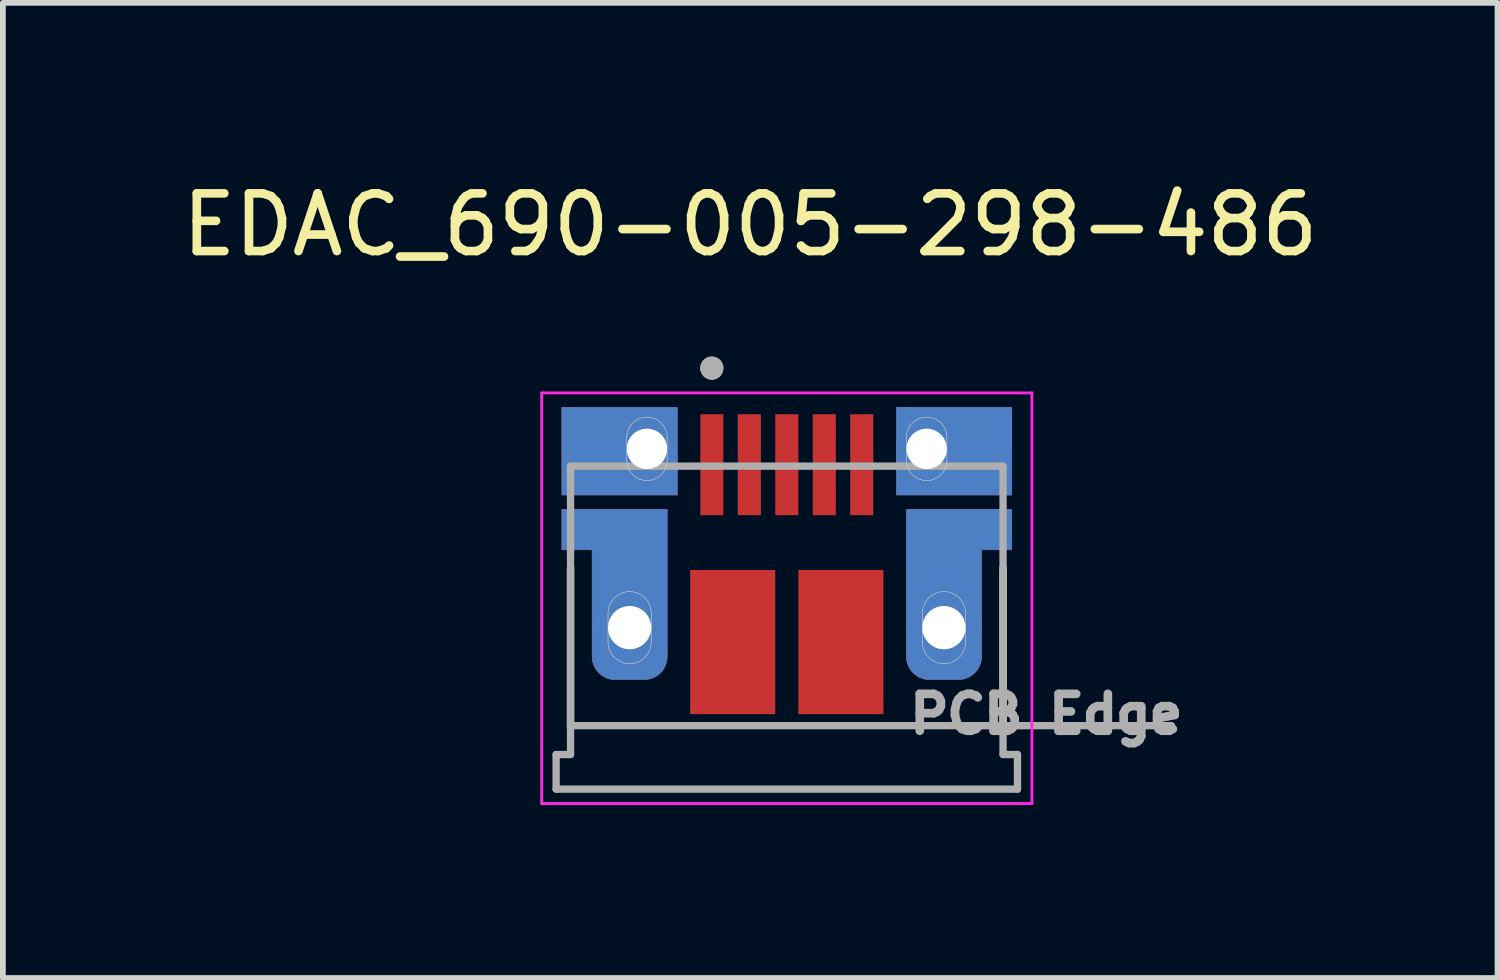
<source format=kicad_pcb>
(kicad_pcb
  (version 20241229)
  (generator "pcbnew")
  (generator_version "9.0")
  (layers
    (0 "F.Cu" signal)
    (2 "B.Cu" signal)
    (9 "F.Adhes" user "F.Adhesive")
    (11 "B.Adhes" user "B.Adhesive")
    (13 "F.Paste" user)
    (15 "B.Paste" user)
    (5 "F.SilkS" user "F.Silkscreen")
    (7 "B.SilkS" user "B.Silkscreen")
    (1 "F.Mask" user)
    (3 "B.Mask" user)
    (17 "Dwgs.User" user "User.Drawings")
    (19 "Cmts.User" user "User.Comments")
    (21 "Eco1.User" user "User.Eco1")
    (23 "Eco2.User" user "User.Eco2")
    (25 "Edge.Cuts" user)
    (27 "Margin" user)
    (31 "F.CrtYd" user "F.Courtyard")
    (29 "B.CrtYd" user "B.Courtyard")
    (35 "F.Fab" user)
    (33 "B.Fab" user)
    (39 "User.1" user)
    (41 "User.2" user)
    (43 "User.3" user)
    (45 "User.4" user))
  (footprint "EDAC_690-005-298-486"
    (layer "F.Cu")
    (at 10.593 7.833)
    (property "Reference" "EDAC_690-005-298-486" (at -0.635 -6.985 0) (layer "F.SilkS") (effects (font (size 1 1) (thickness 0.15))))
    (attr smd)
    (fp_poly (pts (xy -3.9 -3.82) (xy -1.9 -3.82) (xy -1.9 -2.3) (xy -3.9 -2.3)) (stroke (width 0.01) (type solid)) (fill yes) (layer "F.Cu"))
    (fp_poly (pts (xy 3.9 -3.82) (xy 1.9 -3.82) (xy 1.9 -2.3) (xy 3.9 -2.3)) (stroke (width 0.01) (type solid)) (fill yes) (layer "F.Cu"))
    (fp_poly (pts (xy -3.9 -2.05) (xy -3.9 -1.35) (xy -3.375 -1.35) (xy -3.375 0.5) (xy -3.374 0.521) (xy -3.373 0.542) (xy -3.37 0.563) (xy -3.366 0.583) (xy -3.361 0.604) (xy -3.355 0.624) (xy -3.348 0.643) (xy -3.34 0.663) (xy -3.331 0.682) (xy -3.321 0.7) (xy -3.31 0.718) (xy -3.299 0.735) (xy -3.286 0.752) (xy -3.272 0.768) (xy -3.258 0.783) (xy -3.243 0.797) (xy -3.227 0.811) (xy -3.21 0.824) (xy -3.193 0.835) (xy -3.175 0.846) (xy -3.157 0.856) (xy -3.138 0.865) (xy -3.118 0.873) (xy -3.099 0.88) (xy -3.079 0.886) (xy -3.058 0.891) (xy -3.038 0.895) (xy -3.017 0.898) (xy -2.996 0.899) (xy -2.975 0.9) (xy -2.475 0.9) (xy -2.454 0.899) (xy -2.433 0.898) (xy -2.412 0.895) (xy -2.392 0.891) (xy -2.371 0.886) (xy -2.351 0.88) (xy -2.332 0.873) (xy -2.312 0.865) (xy -2.293 0.856) (xy -2.275 0.846) (xy -2.257 0.835) (xy -2.24 0.824) (xy -2.223 0.811) (xy -2.207 0.797) (xy -2.192 0.783) (xy -2.178 0.768) (xy -2.164 0.752) (xy -2.151 0.735) (xy -2.14 0.718) (xy -2.129 0.7) (xy -2.119 0.682) (xy -2.11 0.663) (xy -2.102 0.643) (xy -2.095 0.624) (xy -2.089 0.604) (xy -2.084 0.583) (xy -2.08 0.563) (xy -2.077 0.542) (xy -2.076 0.521) (xy -2.075 0.5) (xy -2.075 -2.05) (xy -3.9 -2.05)) (stroke (width 0.01) (type solid)) (fill yes) (layer "F.Cu"))
    (fp_poly (pts (xy 3.9 -2.05) (xy 3.9 -1.35) (xy 3.375 -1.35) (xy 3.375 0.5) (xy 3.374 0.521) (xy 3.373 0.542) (xy 3.37 0.563) (xy 3.366 0.583) (xy 3.361 0.604) (xy 3.355 0.624) (xy 3.348 0.643) (xy 3.34 0.663) (xy 3.331 0.682) (xy 3.321 0.7) (xy 3.31 0.718) (xy 3.299 0.735) (xy 3.286 0.752) (xy 3.272 0.768) (xy 3.258 0.783) (xy 3.243 0.797) (xy 3.227 0.811) (xy 3.21 0.824) (xy 3.193 0.835) (xy 3.175 0.846) (xy 3.157 0.856) (xy 3.138 0.865) (xy 3.118 0.873) (xy 3.099 0.88) (xy 3.079 0.886) (xy 3.058 0.891) (xy 3.038 0.895) (xy 3.017 0.898) (xy 2.996 0.899) (xy 2.975 0.9) (xy 2.475 0.9) (xy 2.454 0.899) (xy 2.433 0.898) (xy 2.412 0.895) (xy 2.392 0.891) (xy 2.371 0.886) (xy 2.351 0.88) (xy 2.332 0.873) (xy 2.312 0.865) (xy 2.293 0.856) (xy 2.275 0.846) (xy 2.257 0.835) (xy 2.24 0.824) (xy 2.223 0.811) (xy 2.207 0.797) (xy 2.192 0.783) (xy 2.178 0.768) (xy 2.164 0.752) (xy 2.151 0.735) (xy 2.14 0.718) (xy 2.129 0.7) (xy 2.119 0.682) (xy 2.11 0.663) (xy 2.102 0.643) (xy 2.095 0.624) (xy 2.089 0.604) (xy 2.084 0.583) (xy 2.08 0.563) (xy 2.077 0.542) (xy 2.076 0.521) (xy 2.075 0.5) (xy 2.075 -2.05) (xy 3.9 -2.05)) (stroke (width 0.01) (type solid)) (fill yes) (layer "F.Cu"))
    (fp_poly (pts (xy -4 -3.92) (xy -1.8 -3.92) (xy -1.8 -2.2) (xy -4 -2.2)) (stroke (width 0.01) (type solid)) (fill yes) (layer "F.Mask"))
    (fp_poly (pts (xy 4 -3.92) (xy 1.8 -3.92) (xy 1.8 -2.2) (xy 4 -2.2)) (stroke (width 0.01) (type solid)) (fill yes) (layer "F.Mask"))
    (fp_poly (pts (xy -4 -2.15) (xy -4 -1.25) (xy -3.475 -1.25) (xy -3.475 0.5) (xy -3.474 0.526) (xy -3.472 0.552) (xy -3.469 0.578) (xy -3.464 0.604) (xy -3.458 0.629) (xy -3.451 0.655) (xy -3.442 0.679) (xy -3.432 0.703) (xy -3.421 0.727) (xy -3.408 0.75) (xy -3.394 0.772) (xy -3.38 0.794) (xy -3.364 0.815) (xy -3.347 0.835) (xy -3.329 0.854) (xy -3.31 0.872) (xy -3.29 0.889) (xy -3.269 0.905) (xy -3.247 0.919) (xy -3.225 0.933) (xy -3.202 0.946) (xy -3.178 0.957) (xy -3.154 0.967) (xy -3.13 0.976) (xy -3.104 0.983) (xy -3.079 0.989) (xy -3.053 0.994) (xy -3.027 0.997) (xy -3.001 0.999) (xy -2.975 1) (xy -2.475 1) (xy -2.449 0.999) (xy -2.423 0.997) (xy -2.397 0.994) (xy -2.371 0.989) (xy -2.346 0.983) (xy -2.32 0.976) (xy -2.296 0.967) (xy -2.272 0.957) (xy -2.248 0.946) (xy -2.225 0.933) (xy -2.203 0.919) (xy -2.181 0.905) (xy -2.16 0.889) (xy -2.14 0.872) (xy -2.121 0.854) (xy -2.103 0.835) (xy -2.086 0.815) (xy -2.07 0.794) (xy -2.056 0.772) (xy -2.042 0.75) (xy -2.029 0.727) (xy -2.018 0.703) (xy -2.008 0.679) (xy -1.999 0.655) (xy -1.992 0.629) (xy -1.986 0.604) (xy -1.981 0.578) (xy -1.978 0.552) (xy -1.976 0.526) (xy -1.975 0.5) (xy -1.975 -2.15) (xy -4 -2.15)) (stroke (width 0.01) (type solid)) (fill yes) (layer "F.Mask"))
    (fp_poly (pts (xy 4 -2.15) (xy 4 -1.25) (xy 3.475 -1.25) (xy 3.475 0.5) (xy 3.474 0.526) (xy 3.472 0.552) (xy 3.469 0.578) (xy 3.464 0.604) (xy 3.458 0.629) (xy 3.451 0.655) (xy 3.442 0.679) (xy 3.432 0.703) (xy 3.421 0.727) (xy 3.408 0.75) (xy 3.394 0.772) (xy 3.38 0.794) (xy 3.364 0.815) (xy 3.347 0.835) (xy 3.329 0.854) (xy 3.31 0.872) (xy 3.29 0.889) (xy 3.269 0.905) (xy 3.247 0.919) (xy 3.225 0.933) (xy 3.202 0.946) (xy 3.178 0.957) (xy 3.154 0.967) (xy 3.13 0.976) (xy 3.104 0.983) (xy 3.079 0.989) (xy 3.053 0.994) (xy 3.027 0.997) (xy 3.001 0.999) (xy 2.975 1) (xy 2.475 1) (xy 2.449 0.999) (xy 2.423 0.997) (xy 2.397 0.994) (xy 2.371 0.989) (xy 2.346 0.983) (xy 2.32 0.976) (xy 2.296 0.967) (xy 2.272 0.957) (xy 2.248 0.946) (xy 2.225 0.933) (xy 2.203 0.919) (xy 2.181 0.905) (xy 2.16 0.889) (xy 2.14 0.872) (xy 2.121 0.854) (xy 2.103 0.835) (xy 2.086 0.815) (xy 2.07 0.794) (xy 2.056 0.772) (xy 2.042 0.75) (xy 2.029 0.727) (xy 2.018 0.703) (xy 2.008 0.679) (xy 1.999 0.655) (xy 1.992 0.629) (xy 1.986 0.604) (xy 1.981 0.578) (xy 1.978 0.552) (xy 1.976 0.526) (xy 1.975 0.5) (xy 1.975 -2.15) (xy 4 -2.15)) (stroke (width 0.01) (type solid)) (fill yes) (layer "F.Mask"))
    (fp_poly (pts (xy -3.9 -3.82) (xy -1.9 -3.82) (xy -1.9 -2.3) (xy -3.9 -2.3)) (stroke (width 0.01) (type solid)) (fill yes) (layer "B.Cu"))
    (fp_poly (pts (xy 3.9 -3.82) (xy 1.9 -3.82) (xy 1.9 -2.3) (xy 3.9 -2.3)) (stroke (width 0.01) (type solid)) (fill yes) (layer "B.Cu"))
    (fp_poly (pts (xy -3.9 -2.05) (xy -3.9 -1.35) (xy -3.375 -1.35) (xy -3.375 0.5) (xy -3.374 0.521) (xy -3.373 0.542) (xy -3.37 0.563) (xy -3.366 0.583) (xy -3.361 0.604) (xy -3.355 0.624) (xy -3.348 0.643) (xy -3.34 0.663) (xy -3.331 0.682) (xy -3.321 0.7) (xy -3.31 0.718) (xy -3.299 0.735) (xy -3.286 0.752) (xy -3.272 0.768) (xy -3.258 0.783) (xy -3.243 0.797) (xy -3.227 0.811) (xy -3.21 0.824) (xy -3.193 0.835) (xy -3.175 0.846) (xy -3.157 0.856) (xy -3.138 0.865) (xy -3.118 0.873) (xy -3.099 0.88) (xy -3.079 0.886) (xy -3.058 0.891) (xy -3.038 0.895) (xy -3.017 0.898) (xy -2.996 0.899) (xy -2.975 0.9) (xy -2.475 0.9) (xy -2.454 0.899) (xy -2.433 0.898) (xy -2.412 0.895) (xy -2.392 0.891) (xy -2.371 0.886) (xy -2.351 0.88) (xy -2.332 0.873) (xy -2.312 0.865) (xy -2.293 0.856) (xy -2.275 0.846) (xy -2.257 0.835) (xy -2.24 0.824) (xy -2.223 0.811) (xy -2.207 0.797) (xy -2.192 0.783) (xy -2.178 0.768) (xy -2.164 0.752) (xy -2.151 0.735) (xy -2.14 0.718) (xy -2.129 0.7) (xy -2.119 0.682) (xy -2.11 0.663) (xy -2.102 0.643) (xy -2.095 0.624) (xy -2.089 0.604) (xy -2.084 0.583) (xy -2.08 0.563) (xy -2.077 0.542) (xy -2.076 0.521) (xy -2.075 0.5) (xy -2.075 -2.05) (xy -3.9 -2.05)) (stroke (width 0.01) (type solid)) (fill yes) (layer "B.Cu"))
    (fp_poly (pts (xy 3.9 -2.05) (xy 3.9 -1.35) (xy 3.375 -1.35) (xy 3.375 0.5) (xy 3.374 0.521) (xy 3.373 0.542) (xy 3.37 0.563) (xy 3.366 0.583) (xy 3.361 0.604) (xy 3.355 0.624) (xy 3.348 0.643) (xy 3.34 0.663) (xy 3.331 0.682) (xy 3.321 0.7) (xy 3.31 0.718) (xy 3.299 0.735) (xy 3.286 0.752) (xy 3.272 0.768) (xy 3.258 0.783) (xy 3.243 0.797) (xy 3.227 0.811) (xy 3.21 0.824) (xy 3.193 0.835) (xy 3.175 0.846) (xy 3.157 0.856) (xy 3.138 0.865) (xy 3.118 0.873) (xy 3.099 0.88) (xy 3.079 0.886) (xy 3.058 0.891) (xy 3.038 0.895) (xy 3.017 0.898) (xy 2.996 0.899) (xy 2.975 0.9) (xy 2.475 0.9) (xy 2.454 0.899) (xy 2.433 0.898) (xy 2.412 0.895) (xy 2.392 0.891) (xy 2.371 0.886) (xy 2.351 0.88) (xy 2.332 0.873) (xy 2.312 0.865) (xy 2.293 0.856) (xy 2.275 0.846) (xy 2.257 0.835) (xy 2.24 0.824) (xy 2.223 0.811) (xy 2.207 0.797) (xy 2.192 0.783) (xy 2.178 0.768) (xy 2.164 0.752) (xy 2.151 0.735) (xy 2.14 0.718) (xy 2.129 0.7) (xy 2.119 0.682) (xy 2.11 0.663) (xy 2.102 0.643) (xy 2.095 0.624) (xy 2.089 0.604) (xy 2.084 0.583) (xy 2.08 0.563) (xy 2.077 0.542) (xy 2.076 0.521) (xy 2.075 0.5) (xy 2.075 -2.05) (xy 3.9 -2.05)) (stroke (width 0.01) (type solid)) (fill yes) (layer "B.Cu"))
    (fp_poly (pts (xy -4 -3.92) (xy -1.8 -3.92) (xy -1.8 -2.2) (xy -4 -2.2)) (stroke (width 0.01) (type solid)) (fill yes) (layer "B.Mask"))
    (fp_poly (pts (xy 4 -3.92) (xy 1.8 -3.92) (xy 1.8 -2.2) (xy 4 -2.2)) (stroke (width 0.01) (type solid)) (fill yes) (layer "B.Mask"))
    (fp_poly (pts (xy -4 -2.15) (xy -4 -1.25) (xy -3.475 -1.25) (xy -3.475 0.5) (xy -3.474 0.526) (xy -3.472 0.552) (xy -3.469 0.578) (xy -3.464 0.604) (xy -3.458 0.629) (xy -3.451 0.655) (xy -3.442 0.679) (xy -3.432 0.703) (xy -3.421 0.727) (xy -3.408 0.75) (xy -3.394 0.772) (xy -3.38 0.794) (xy -3.364 0.815) (xy -3.347 0.835) (xy -3.329 0.854) (xy -3.31 0.872) (xy -3.29 0.889) (xy -3.269 0.905) (xy -3.247 0.919) (xy -3.225 0.933) (xy -3.202 0.946) (xy -3.178 0.957) (xy -3.154 0.967) (xy -3.13 0.976) (xy -3.104 0.983) (xy -3.079 0.989) (xy -3.053 0.994) (xy -3.027 0.997) (xy -3.001 0.999) (xy -2.975 1) (xy -2.475 1) (xy -2.449 0.999) (xy -2.423 0.997) (xy -2.397 0.994) (xy -2.371 0.989) (xy -2.346 0.983) (xy -2.32 0.976) (xy -2.296 0.967) (xy -2.272 0.957) (xy -2.248 0.946) (xy -2.225 0.933) (xy -2.203 0.919) (xy -2.181 0.905) (xy -2.16 0.889) (xy -2.14 0.872) (xy -2.121 0.854) (xy -2.103 0.835) (xy -2.086 0.815) (xy -2.07 0.794) (xy -2.056 0.772) (xy -2.042 0.75) (xy -2.029 0.727) (xy -2.018 0.703) (xy -2.008 0.679) (xy -1.999 0.655) (xy -1.992 0.629) (xy -1.986 0.604) (xy -1.981 0.578) (xy -1.978 0.552) (xy -1.976 0.526) (xy -1.975 0.5) (xy -1.975 -2.15) (xy -4 -2.15)) (stroke (width 0.01) (type solid)) (fill yes) (layer "B.Mask"))
    (fp_poly (pts (xy 4 -2.15) (xy 4 -1.25) (xy 3.475 -1.25) (xy 3.475 0.5) (xy 3.474 0.526) (xy 3.472 0.552) (xy 3.469 0.578) (xy 3.464 0.604) (xy 3.458 0.629) (xy 3.451 0.655) (xy 3.442 0.679) (xy 3.432 0.703) (xy 3.421 0.727) (xy 3.408 0.75) (xy 3.394 0.772) (xy 3.38 0.794) (xy 3.364 0.815) (xy 3.347 0.835) (xy 3.329 0.854) (xy 3.31 0.872) (xy 3.29 0.889) (xy 3.269 0.905) (xy 3.247 0.919) (xy 3.225 0.933) (xy 3.202 0.946) (xy 3.178 0.957) (xy 3.154 0.967) (xy 3.13 0.976) (xy 3.104 0.983) (xy 3.079 0.989) (xy 3.053 0.994) (xy 3.027 0.997) (xy 3.001 0.999) (xy 2.975 1) (xy 2.475 1) (xy 2.449 0.999) (xy 2.423 0.997) (xy 2.397 0.994) (xy 2.371 0.989) (xy 2.346 0.983) (xy 2.32 0.976) (xy 2.296 0.967) (xy 2.272 0.957) (xy 2.248 0.946) (xy 2.225 0.933) (xy 2.203 0.919) (xy 2.181 0.905) (xy 2.16 0.889) (xy 2.14 0.872) (xy 2.121 0.854) (xy 2.103 0.835) (xy 2.086 0.815) (xy 2.07 0.794) (xy 2.056 0.772) (xy 2.042 0.75) (xy 2.029 0.727) (xy 2.018 0.703) (xy 2.008 0.679) (xy 1.999 0.655) (xy 1.992 0.629) (xy 1.986 0.604) (xy 1.981 0.578) (xy 1.978 0.552) (xy 1.976 0.526) (xy 1.975 0.5) (xy 1.975 -2.15) (xy 4 -2.15)) (stroke (width 0.01) (type solid)) (fill yes) (layer "B.Mask"))
    (fp_line (start -3.75 1.7) (end -3.75 -1.035) (stroke (width 0.127) (type solid)) (layer "F.SilkS"))
    (fp_line (start 3.75 -1.035) (end 3.75 1.7) (stroke (width 0.127) (type solid)) (layer "F.SilkS"))
    (fp_circle (center -1.3 -4.5) (end -1.2 -4.5) (stroke (width 0.2) (type solid)) (fill no) (layer "F.SilkS"))
    (fp_line (start -3.1 -0.25) (end -3.1 0.25) (stroke (width 0.01) (type solid)) (layer "Edge.Cuts"))
    (fp_line (start -2.775 -3.3) (end -2.775 -2.9) (stroke (width 0.01) (type solid)) (layer "Edge.Cuts"))
    (fp_line (start -2.35 0.25) (end -2.35 -0.25) (stroke (width 0.01) (type solid)) (layer "Edge.Cuts"))
    (fp_line (start -2.075 -2.9) (end -2.075 -3.3) (stroke (width 0.01) (type solid)) (layer "Edge.Cuts"))
    (fp_line (start 2.075 -2.9) (end 2.075 -3.3) (stroke (width 0.01) (type solid)) (layer "Edge.Cuts"))
    (fp_line (start 2.35 0.25) (end 2.35 -0.25) (stroke (width 0.01) (type solid)) (layer "Edge.Cuts"))
    (fp_line (start 2.775 -3.3) (end 2.775 -2.9) (stroke (width 0.01) (type solid)) (layer "Edge.Cuts"))
    (fp_line (start 3.1 -0.25) (end 3.1 0.25) (stroke (width 0.01) (type solid)) (layer "Edge.Cuts"))
    (fp_arc (start -3.1 -0.25) (mid -2.990165 -0.515165) (end -2.725 -0.625) (stroke (width 0.01) (type solid)) (layer "Edge.Cuts"))
    (fp_arc (start -2.775 -3.3) (mid -2.672487 -3.547487) (end -2.425 -3.65) (stroke (width 0.01) (type solid)) (layer "Edge.Cuts"))
    (fp_arc (start -2.725 -0.625) (mid -2.459835 -0.515165) (end -2.35 -0.25) (stroke (width 0.01) (type solid)) (layer "Edge.Cuts"))
    (fp_arc (start -2.725 0.625) (mid -2.990165 0.515165) (end -3.1 0.25) (stroke (width 0.01) (type solid)) (layer "Edge.Cuts"))
    (fp_arc (start -2.425 -3.65) (mid -2.177513 -3.547487) (end -2.075 -3.3) (stroke (width 0.01) (type solid)) (layer "Edge.Cuts"))
    (fp_arc (start -2.425 -2.55) (mid -2.672487 -2.652513) (end -2.775 -2.9) (stroke (width 0.01) (type solid)) (layer "Edge.Cuts"))
    (fp_arc (start -2.35 0.25) (mid -2.459835 0.515165) (end -2.725 0.625) (stroke (width 0.01) (type solid)) (layer "Edge.Cuts"))
    (fp_arc (start -2.075 -2.9) (mid -2.177513 -2.652513) (end -2.425 -2.55) (stroke (width 0.01) (type solid)) (layer "Edge.Cuts"))
    (fp_arc (start 2.075 -3.3) (mid 2.177513 -3.547487) (end 2.425 -3.65) (stroke (width 0.01) (type solid)) (layer "Edge.Cuts"))
    (fp_arc (start 2.35 -0.25) (mid 2.459835 -0.515165) (end 2.725 -0.625) (stroke (width 0.01) (type solid)) (layer "Edge.Cuts"))
    (fp_arc (start 2.425 -3.65) (mid 2.672487 -3.547487) (end 2.775 -3.3) (stroke (width 0.01) (type solid)) (layer "Edge.Cuts"))
    (fp_arc (start 2.425 -2.55) (mid 2.177513 -2.652513) (end 2.075 -2.9) (stroke (width 0.01) (type solid)) (layer "Edge.Cuts"))
    (fp_arc (start 2.725 -0.625) (mid 2.990165 -0.515165) (end 3.1 -0.25) (stroke (width 0.01) (type solid)) (layer "Edge.Cuts"))
    (fp_arc (start 2.725 0.625) (mid 2.459835 0.515165) (end 2.35 0.25) (stroke (width 0.01) (type solid)) (layer "Edge.Cuts"))
    (fp_arc (start 2.775 -2.9) (mid 2.672487 -2.652513) (end 2.425 -2.55) (stroke (width 0.01) (type solid)) (layer "Edge.Cuts"))
    (fp_arc (start 3.1 0.25) (mid 2.990165 0.515165) (end 2.725 0.625) (stroke (width 0.01) (type solid)) (layer "Edge.Cuts"))
    (fp_line (start -4.25 -4.07) (end 4.25 -4.07) (stroke (width 0.05) (type solid)) (layer "F.CrtYd"))
    (fp_line (start -4.25 3.05) (end -4.25 -4.07) (stroke (width 0.05) (type solid)) (layer "F.CrtYd"))
    (fp_line (start 4.25 -4.07) (end 4.25 3.05) (stroke (width 0.05) (type solid)) (layer "F.CrtYd"))
    (fp_line (start 4.25 3.05) (end -4.25 3.05) (stroke (width 0.05) (type solid)) (layer "F.CrtYd"))
    (fp_line (start -4 2.2) (end -3.75 2.2) (stroke (width 0.127) (type solid)) (layer "F.Fab"))
    (fp_line (start -4 2.8) (end -4 2.2) (stroke (width 0.127) (type solid)) (layer "F.Fab"))
    (fp_line (start -3.75 -2.8) (end 3.75 -2.8) (stroke (width 0.127) (type solid)) (layer "F.Fab"))
    (fp_line (start -3.75 1.7) (end -3.75 -2.8) (stroke (width 0.127) (type solid)) (layer "F.Fab"))
    (fp_line (start -3.75 1.7) (end 6.67 1.7) (stroke (width 0.127) (type solid)) (layer "F.Fab"))
    (fp_line (start -3.75 2.2) (end -3.75 1.7) (stroke (width 0.127) (type solid)) (layer "F.Fab"))
    (fp_line (start 3.75 -2.8) (end 3.75 2.2) (stroke (width 0.127) (type solid)) (layer "F.Fab"))
    (fp_line (start 3.75 2.2) (end 4 2.2) (stroke (width 0.127) (type solid)) (layer "F.Fab"))
    (fp_line (start 4 2.2) (end 4 2.8) (stroke (width 0.127) (type solid)) (layer "F.Fab"))
    (fp_line (start 4 2.8) (end -4 2.8) (stroke (width 0.127) (type solid)) (layer "F.Fab"))
    (fp_circle (center -1.3 -4.5) (end -1.2 -4.5) (stroke (width 0.2) (type solid)) (fill no) (layer "F.Fab"))
    (fp_text user "PCB Edge" (at 4.5 1.5 0) (layer "F.Fab") (effects (font (size 0.64 0.64) (thickness 0.15))))
    (pad "1" smd rect (at -1.3 -2.825) (size 0.4 1.75) (layers "F.Cu" "F.Mask" "F.Paste"))
    (pad "2" smd rect (at -0.65 -2.825) (size 0.4 1.75) (layers "F.Cu" "F.Mask" "F.Paste"))
    (pad "3" smd rect (at 0 -2.825) (size 0.4 1.75) (layers "F.Cu" "F.Mask" "F.Paste"))
    (pad "4" smd rect (at 0.65 -2.825) (size 0.4 1.75) (layers "F.Cu" "F.Mask" "F.Paste"))
    (pad "5" smd rect (at 1.3 -2.825) (size 0.4 1.75) (layers "F.Cu" "F.Mask" "F.Paste"))
    (pad "SH1" thru_hole circle (at -2.425 -3.1) (size 1.05 1.05) (drill 0.7) (layers "*.Cu"))
    (pad "SH2" thru_hole circle (at 2.425 -3.1) (size 1.05 1.05) (drill 0.7) (layers "*.Cu"))
    (pad "SH3" thru_hole circle (at -2.725 0) (size 1.3 1.3) (drill 0.75) (layers "*.Cu"))
    (pad "SH4" smd rect (at 0.938 0.25) (size 1.475 2.5) (layers "F.Cu" "F.Mask" "F.Paste"))
    (pad "SH5" smd rect (at -0.938 0.25) (size 1.475 2.5) (layers "F.Cu" "F.Mask" "F.Paste"))
    (pad "SH6" thru_hole circle (at 2.725 0) (size 1.3 1.3) (drill 0.75) (layers "*.Cu")))
  (gr_rect
    (start -3 -3)
    (end 22.917 13.908)
    (stroke (width 0.1) (type default))
    (fill no)
    (layer "Edge.Cuts")))
</source>
